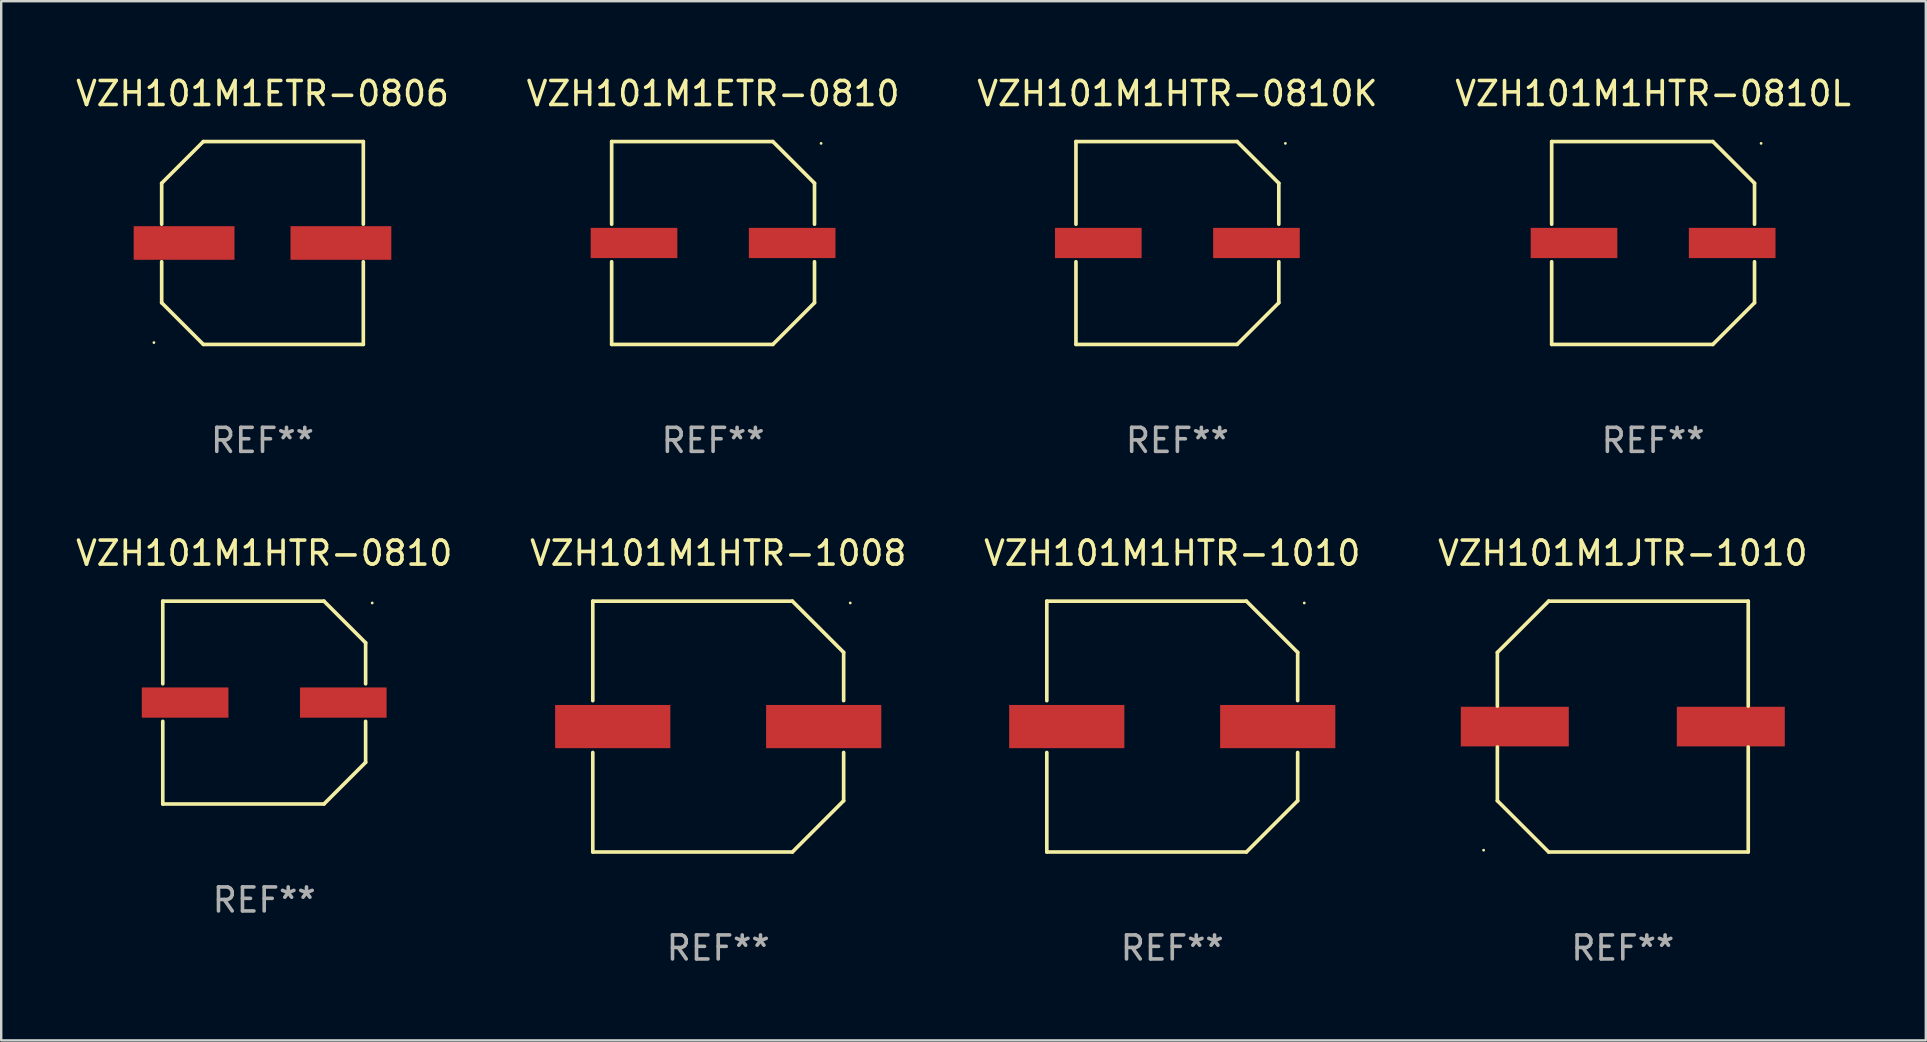
<source format=kicad_pcb>
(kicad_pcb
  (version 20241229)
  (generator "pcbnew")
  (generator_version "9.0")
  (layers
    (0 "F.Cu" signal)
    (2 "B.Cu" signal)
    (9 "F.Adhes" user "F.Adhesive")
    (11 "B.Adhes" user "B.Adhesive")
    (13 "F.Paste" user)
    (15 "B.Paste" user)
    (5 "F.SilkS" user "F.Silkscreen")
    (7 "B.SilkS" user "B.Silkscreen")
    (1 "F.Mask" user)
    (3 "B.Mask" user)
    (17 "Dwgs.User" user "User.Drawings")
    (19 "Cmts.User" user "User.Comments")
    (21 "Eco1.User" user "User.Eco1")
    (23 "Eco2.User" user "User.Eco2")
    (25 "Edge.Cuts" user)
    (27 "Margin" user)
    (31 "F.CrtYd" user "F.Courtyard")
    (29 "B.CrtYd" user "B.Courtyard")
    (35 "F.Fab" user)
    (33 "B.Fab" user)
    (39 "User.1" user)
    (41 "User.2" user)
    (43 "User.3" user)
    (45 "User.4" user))
  (footprint "VZH101M1HTR-0810K"
    (layer "F.Cu")
    (at 46.006 7.074)
    (property "Reference" "VZH101M1HTR-0810K" (at 0 -6.226 0) (layer "F.SilkS") (effects (font (size 1 1) (thickness 0.15))))
    (attr through_hole)
    (fp_line (start -4.226 -4.226) (end 2.49 -4.226) (stroke (width 0.152) (type solid)) (layer "F.SilkS"))
    (fp_line (start -4.226 -0.782) (end -4.226 -4.226) (stroke (width 0.152) (type solid)) (layer "F.SilkS"))
    (fp_line (start -4.226 0.782) (end -4.226 4.226) (stroke (width 0.152) (type solid)) (layer "F.SilkS"))
    (fp_line (start -4.226 4.226) (end 2.49 4.226) (stroke (width 0.152) (type solid)) (layer "F.SilkS"))
    (fp_line (start 2.49 -4.226) (end 4.226 -2.49) (stroke (width 0.152) (type solid)) (layer "F.SilkS"))
    (fp_line (start 2.49 4.226) (end 4.226 2.49) (stroke (width 0.152) (type solid)) (layer "F.SilkS"))
    (fp_line (start 4.226 -2.49) (end 4.226 -0.782) (stroke (width 0.152) (type solid)) (layer "F.SilkS"))
    (fp_line (start 4.226 2.49) (end 4.226 0.782) (stroke (width 0.152) (type solid)) (layer "F.SilkS"))
    (fp_circle (center 4.5 -4.15) (end 4.53 -4.15) (stroke (width 0.06) (type solid)) (fill no) (layer "F.SilkS"))
    (fp_text user "REF**" (at 0 8.226 0) (layer "F.Fab") (effects (font (size 1 1) (thickness 0.15))))
    (pad "1" smd rect (at 3.295 0 180) (size 3.61 1.26) (layers "F.Cu" "F.Mask" "F.Paste"))
    (pad "2" smd rect (at -3.295 0 180) (size 3.61 1.26) (layers "F.Cu" "F.Mask" "F.Paste")))
  (footprint "VZH101M1ETR-0806"
    (layer "F.Cu")
    (at 7.887 7.074)
    (property "Reference" "VZH101M1ETR-0806" (at 0 -6.226 0) (layer "F.SilkS") (effects (font (size 1 1) (thickness 0.15))))
    (attr through_hole)
    (fp_line (start -4.201 -2.49) (end -4.201 -0.782) (stroke (width 0.152) (type solid)) (layer "F.SilkS"))
    (fp_line (start -4.201 2.49) (end -4.201 0.782) (stroke (width 0.152) (type solid)) (layer "F.SilkS"))
    (fp_line (start -2.465 -4.226) (end -4.201 -2.49) (stroke (width 0.152) (type solid)) (layer "F.SilkS"))
    (fp_line (start -2.465 4.226) (end -4.201 2.49) (stroke (width 0.152) (type solid)) (layer "F.SilkS"))
    (fp_line (start 4.201 -4.226) (end -2.465 -4.226) (stroke (width 0.152) (type solid)) (layer "F.SilkS"))
    (fp_line (start 4.201 -0.782) (end 4.201 -4.226) (stroke (width 0.152) (type solid)) (layer "F.SilkS"))
    (fp_line (start 4.201 0.782) (end 4.201 4.226) (stroke (width 0.152) (type solid)) (layer "F.SilkS"))
    (fp_line (start 4.201 4.226) (end -2.465 4.226) (stroke (width 0.152) (type solid)) (layer "F.SilkS"))
    (fp_circle (center -4.524 4.15) (end -4.494 4.15) (stroke (width 0.06) (type solid)) (fill no) (layer "F.SilkS"))
    (fp_text user "REF**" (at 0 8.226 0) (layer "F.Fab") (effects (font (size 1 1) (thickness 0.15))))
    (pad "1" smd rect (at -3.267 0) (size 4.2 1.4) (layers "F.Cu" "F.Mask" "F.Paste"))
    (pad "2" smd rect (at 3.267 0) (size 4.2 1.4) (layers "F.Cu" "F.Mask" "F.Paste")))
  (footprint "VZH101M1JTR-1010"
    (layer "F.Cu")
    (at 64.565 27.223)
    (property "Reference" "VZH101M1JTR-1010" (at 0 -7.226 0) (layer "F.SilkS") (effects (font (size 1 1) (thickness 0.15))))
    (attr through_hole)
    (fp_line (start -5.226 -3.09) (end -5.226 -0.852) (stroke (width 0.152) (type solid)) (layer "F.SilkS"))
    (fp_line (start -5.226 3.09) (end -5.226 0.852) (stroke (width 0.152) (type solid)) (layer "F.SilkS"))
    (fp_line (start -3.09 -5.226) (end -5.226 -3.09) (stroke (width 0.152) (type solid)) (layer "F.SilkS"))
    (fp_line (start -3.09 5.226) (end -5.226 3.09) (stroke (width 0.152) (type solid)) (layer "F.SilkS"))
    (fp_line (start 5.226 -5.226) (end -3.09 -5.226) (stroke (width 0.152) (type solid)) (layer "F.SilkS"))
    (fp_line (start 5.226 -0.852) (end 5.226 -5.226) (stroke (width 0.152) (type solid)) (layer "F.SilkS"))
    (fp_line (start 5.226 0.852) (end 5.226 5.226) (stroke (width 0.152) (type solid)) (layer "F.SilkS"))
    (fp_line (start 5.226 5.226) (end -3.09 5.226) (stroke (width 0.152) (type solid)) (layer "F.SilkS"))
    (fp_circle (center -5.8 5.15) (end -5.77 5.15) (stroke (width 0.06) (type solid)) (fill no) (layer "F.SilkS"))
    (fp_text user "REF**" (at 0 9.226 0) (layer "F.Fab") (effects (font (size 1 1) (thickness 0.15))))
    (pad "1" smd rect (at -4.5 0) (size 4.5 1.65) (layers "F.Cu" "F.Mask" "F.Paste"))
    (pad "2" smd rect (at 4.5 0) (size 4.5 1.65) (layers "F.Cu" "F.Mask" "F.Paste")))
  (footprint "VZH101M1HTR-0810"
    (layer "F.Cu")
    (at 7.958 26.223)
    (property "Reference" "VZH101M1HTR-0810" (at 0 -6.226 0) (layer "F.SilkS") (effects (font (size 1 1) (thickness 0.15))))
    (attr through_hole)
    (fp_line (start -4.226 -4.226) (end 2.49 -4.226) (stroke (width 0.152) (type solid)) (layer "F.SilkS"))
    (fp_line (start -4.226 -0.782) (end -4.226 -4.226) (stroke (width 0.152) (type solid)) (layer "F.SilkS"))
    (fp_line (start -4.226 0.782) (end -4.226 4.226) (stroke (width 0.152) (type solid)) (layer "F.SilkS"))
    (fp_line (start -4.226 4.226) (end 2.49 4.226) (stroke (width 0.152) (type solid)) (layer "F.SilkS"))
    (fp_line (start 2.49 -4.226) (end 4.226 -2.49) (stroke (width 0.152) (type solid)) (layer "F.SilkS"))
    (fp_line (start 2.49 4.226) (end 4.226 2.49) (stroke (width 0.152) (type solid)) (layer "F.SilkS"))
    (fp_line (start 4.226 -2.49) (end 4.226 -0.782) (stroke (width 0.152) (type solid)) (layer "F.SilkS"))
    (fp_line (start 4.226 2.49) (end 4.226 0.782) (stroke (width 0.152) (type solid)) (layer "F.SilkS"))
    (fp_circle (center 4.5 -4.15) (end 4.53 -4.15) (stroke (width 0.06) (type solid)) (fill no) (layer "F.SilkS"))
    (fp_text user "REF**" (at 0 8.226 0) (layer "F.Fab") (effects (font (size 1 1) (thickness 0.15))))
    (pad "1" smd rect (at 3.295 0 180) (size 3.61 1.26) (layers "F.Cu" "F.Mask" "F.Paste"))
    (pad "2" smd rect (at -3.295 0 180) (size 3.61 1.26) (layers "F.Cu" "F.Mask" "F.Paste")))
  (footprint "VZH101M1HTR-0810L"
    (layer "F.Cu")
    (at 65.827 7.074)
    (property "Reference" "VZH101M1HTR-0810L" (at 0 -6.226 0) (layer "F.SilkS") (effects (font (size 1 1) (thickness 0.15))))
    (attr through_hole)
    (fp_line (start -4.226 -4.226) (end 2.49 -4.226) (stroke (width 0.152) (type solid)) (layer "F.SilkS"))
    (fp_line (start -4.226 -0.782) (end -4.226 -4.226) (stroke (width 0.152) (type solid)) (layer "F.SilkS"))
    (fp_line (start -4.226 0.782) (end -4.226 4.226) (stroke (width 0.152) (type solid)) (layer "F.SilkS"))
    (fp_line (start -4.226 4.226) (end 2.49 4.226) (stroke (width 0.152) (type solid)) (layer "F.SilkS"))
    (fp_line (start 2.49 -4.226) (end 4.226 -2.49) (stroke (width 0.152) (type solid)) (layer "F.SilkS"))
    (fp_line (start 2.49 4.226) (end 4.226 2.49) (stroke (width 0.152) (type solid)) (layer "F.SilkS"))
    (fp_line (start 4.226 -2.49) (end 4.226 -0.782) (stroke (width 0.152) (type solid)) (layer "F.SilkS"))
    (fp_line (start 4.226 2.49) (end 4.226 0.782) (stroke (width 0.152) (type solid)) (layer "F.SilkS"))
    (fp_circle (center 4.5 -4.15) (end 4.53 -4.15) (stroke (width 0.06) (type solid)) (fill no) (layer "F.SilkS"))
    (fp_text user "REF**" (at 0 8.226 0) (layer "F.Fab") (effects (font (size 1 1) (thickness 0.15))))
    (pad "1" smd rect (at 3.295 0 180) (size 3.61 1.26) (layers "F.Cu" "F.Mask" "F.Paste"))
    (pad "2" smd rect (at -3.295 0 180) (size 3.61 1.26) (layers "F.Cu" "F.Mask" "F.Paste")))
  (footprint "VZH101M1ETR-0810"
    (layer "F.Cu")
    (at 26.661 7.074)
    (property "Reference" "VZH101M1ETR-0810" (at 0 -6.226 0) (layer "F.SilkS") (effects (font (size 1 1) (thickness 0.15))))
    (attr through_hole)
    (fp_line (start -4.226 -4.226) (end 2.49 -4.226) (stroke (width 0.152) (type solid)) (layer "F.SilkS"))
    (fp_line (start -4.226 -0.782) (end -4.226 -4.226) (stroke (width 0.152) (type solid)) (layer "F.SilkS"))
    (fp_line (start -4.226 0.782) (end -4.226 4.226) (stroke (width 0.152) (type solid)) (layer "F.SilkS"))
    (fp_line (start -4.226 4.226) (end 2.49 4.226) (stroke (width 0.152) (type solid)) (layer "F.SilkS"))
    (fp_line (start 2.49 -4.226) (end 4.226 -2.49) (stroke (width 0.152) (type solid)) (layer "F.SilkS"))
    (fp_line (start 2.49 4.226) (end 4.226 2.49) (stroke (width 0.152) (type solid)) (layer "F.SilkS"))
    (fp_line (start 4.226 -2.49) (end 4.226 -0.782) (stroke (width 0.152) (type solid)) (layer "F.SilkS"))
    (fp_line (start 4.226 2.49) (end 4.226 0.782) (stroke (width 0.152) (type solid)) (layer "F.SilkS"))
    (fp_circle (center 4.5 -4.15) (end 4.53 -4.15) (stroke (width 0.06) (type solid)) (fill no) (layer "F.SilkS"))
    (fp_text user "REF**" (at 0 8.226 0) (layer "F.Fab") (effects (font (size 1 1) (thickness 0.15))))
    (pad "1" smd rect (at 3.295 0 180) (size 3.61 1.26) (layers "F.Cu" "F.Mask" "F.Paste"))
    (pad "2" smd rect (at -3.295 0 180) (size 3.61 1.26) (layers "F.Cu" "F.Mask" "F.Paste")))
  (footprint "VZH101M1HTR-1010"
    (layer "F.Cu")
    (at 45.792 27.223)
    (property "Reference" "VZH101M1HTR-1010" (at 0 -7.226 0) (layer "F.SilkS") (effects (font (size 1 1) (thickness 0.15))))
    (attr through_hole)
    (fp_line (start -5.226 -5.226) (end -5.226 -1.08) (stroke (width 0.152) (type solid)) (layer "F.SilkS"))
    (fp_line (start -5.226 -5.226) (end 3.09 -5.226) (stroke (width 0.152) (type solid)) (layer "F.SilkS"))
    (fp_line (start -5.226 1.08) (end -5.226 5.226) (stroke (width 0.152) (type solid)) (layer "F.SilkS"))
    (fp_line (start -5.226 5.226) (end 3.09 5.226) (stroke (width 0.152) (type solid)) (layer "F.SilkS"))
    (fp_line (start 3.09 -5.226) (end 5.226 -3.09) (stroke (width 0.152) (type solid)) (layer "F.SilkS"))
    (fp_line (start 3.09 5.226) (end 5.226 3.09) (stroke (width 0.152) (type solid)) (layer "F.SilkS"))
    (fp_line (start 5.226 -1.08) (end 5.226 -3.09) (stroke (width 0.152) (type solid)) (layer "F.SilkS"))
    (fp_line (start 5.226 3.09) (end 5.226 1.08) (stroke (width 0.152) (type solid)) (layer "F.SilkS"))
    (fp_circle (center 5.5 -5.15) (end 5.53 -5.15) (stroke (width 0.06) (type solid)) (fill no) (layer "F.SilkS"))
    (fp_text user "REF**" (at 0 9.226 0) (layer "F.Fab") (effects (font (size 1 1) (thickness 0.15))))
    (pad "1" smd rect (at 4.395 0 180) (size 4.8 1.8) (layers "F.Cu" "F.Mask" "F.Paste"))
    (pad "2" smd rect (at -4.395 0 180) (size 4.8 1.8) (layers "F.Cu" "F.Mask" "F.Paste")))
  (footprint "VZH101M1HTR-1008"
    (layer "F.Cu")
    (at 26.875 27.223)
    (property "Reference" "VZH101M1HTR-1008" (at 0 -7.226 0) (layer "F.SilkS") (effects (font (size 1 1) (thickness 0.15))))
    (attr through_hole)
    (fp_line (start -5.226 -5.226) (end -5.226 -1.08) (stroke (width 0.152) (type solid)) (layer "F.SilkS"))
    (fp_line (start -5.226 -5.226) (end 3.09 -5.226) (stroke (width 0.152) (type solid)) (layer "F.SilkS"))
    (fp_line (start -5.226 1.08) (end -5.226 5.226) (stroke (width 0.152) (type solid)) (layer "F.SilkS"))
    (fp_line (start -5.226 5.226) (end 3.09 5.226) (stroke (width 0.152) (type solid)) (layer "F.SilkS"))
    (fp_line (start 3.09 -5.226) (end 5.226 -3.09) (stroke (width 0.152) (type solid)) (layer "F.SilkS"))
    (fp_line (start 3.09 5.226) (end 5.226 3.09) (stroke (width 0.152) (type solid)) (layer "F.SilkS"))
    (fp_line (start 5.226 -1.08) (end 5.226 -3.09) (stroke (width 0.152) (type solid)) (layer "F.SilkS"))
    (fp_line (start 5.226 3.09) (end 5.226 1.08) (stroke (width 0.152) (type solid)) (layer "F.SilkS"))
    (fp_circle (center 5.5 -5.15) (end 5.53 -5.15) (stroke (width 0.06) (type solid)) (fill no) (layer "F.SilkS"))
    (fp_text user "REF**" (at 0 9.226 0) (layer "F.Fab") (effects (font (size 1 1) (thickness 0.15))))
    (pad "1" smd rect (at 4.395 0 180) (size 4.8 1.8) (layers "F.Cu" "F.Mask" "F.Paste"))
    (pad "2" smd rect (at -4.395 0 180) (size 4.8 1.8) (layers "F.Cu" "F.Mask" "F.Paste")))
  (gr_rect
    (start -3 -3)
    (end 77.19 40.298)
    (stroke (width 0.1) (type default))
    (fill no)
    (layer "Edge.Cuts")))
</source>
